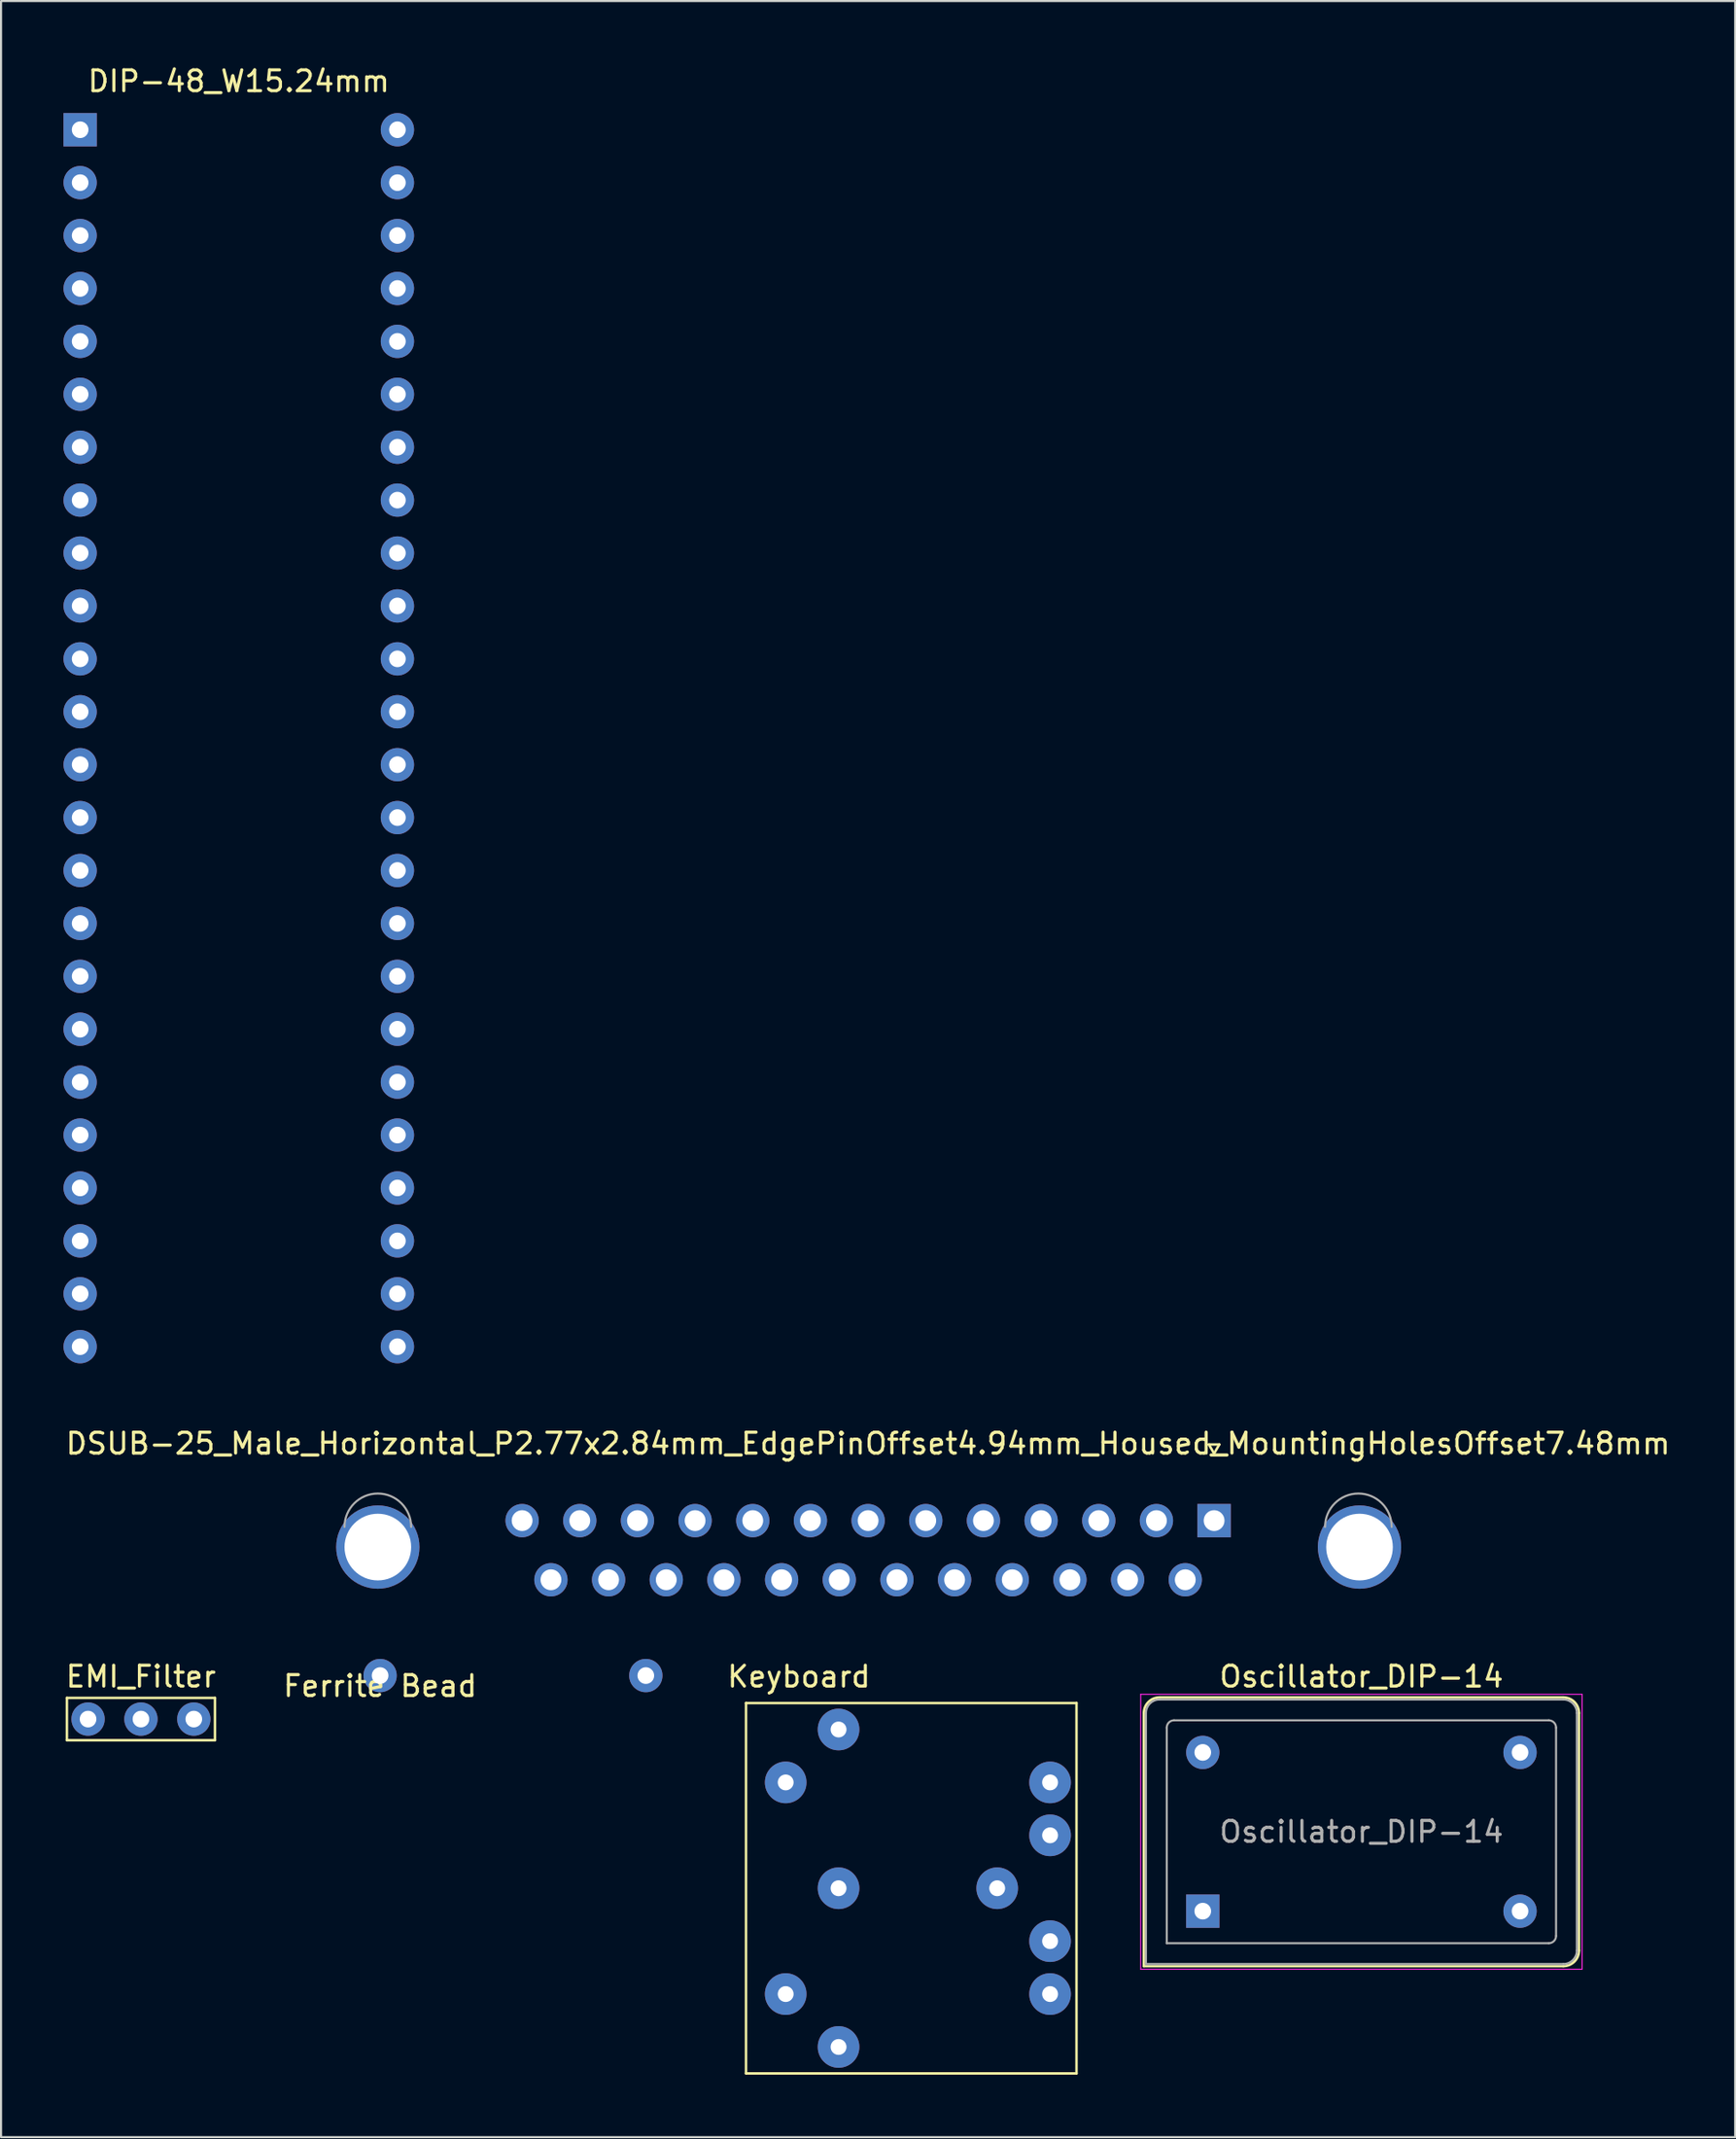
<source format=kicad_pcb>
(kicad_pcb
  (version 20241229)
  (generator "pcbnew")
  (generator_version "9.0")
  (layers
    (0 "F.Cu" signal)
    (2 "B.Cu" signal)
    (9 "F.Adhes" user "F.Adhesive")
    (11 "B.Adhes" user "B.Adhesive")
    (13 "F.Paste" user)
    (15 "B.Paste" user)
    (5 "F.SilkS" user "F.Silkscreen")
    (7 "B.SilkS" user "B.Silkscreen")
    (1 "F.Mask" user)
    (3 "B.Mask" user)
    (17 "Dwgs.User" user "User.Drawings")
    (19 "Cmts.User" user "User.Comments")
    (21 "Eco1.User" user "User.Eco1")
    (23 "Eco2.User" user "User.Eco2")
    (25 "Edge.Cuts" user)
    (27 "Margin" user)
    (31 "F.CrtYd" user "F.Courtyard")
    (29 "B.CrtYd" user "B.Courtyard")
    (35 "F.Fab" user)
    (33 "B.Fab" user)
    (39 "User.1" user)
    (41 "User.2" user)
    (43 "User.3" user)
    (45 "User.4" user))
  (footprint "EMI_Filter"
    (layer "F.Cu")
    (at 3.72 76.935)
    (property "Reference" "EMI_Filter" (at 0 0.5 0) (layer "F.SilkS") (effects (font (size 1 1) (thickness 0.15))))
    (attr through_hole)
    (fp_line (start -3.556 1.524) (end 3.556 1.524) (stroke (width 0.12) (type solid)) (layer "F.SilkS"))
    (fp_line (start -3.556 3.556) (end -3.556 1.524) (stroke (width 0.12) (type solid)) (layer "F.SilkS"))
    (fp_line (start 3.556 1.524) (end 3.556 3.556) (stroke (width 0.12) (type solid)) (layer "F.SilkS"))
    (fp_line (start 3.556 3.556) (end -3.556 3.556) (stroke (width 0.12) (type solid)) (layer "F.SilkS"))
    (pad "1" thru_hole circle (at -2.54 2.54) (size 1.6 1.6) (drill 0.8) (layers "*.Cu" "*.Mask"))
    (pad "2" thru_hole circle (at 2.54 2.54) (size 1.6 1.6) (drill 0.8) (layers "*.Cu" "*.Mask"))
    (pad "3" thru_hole circle (at 0 2.54) (size 1.6 1.6) (drill 0.8) (layers "*.Cu" "*.Mask")))
  (footprint "Ferrite Bead"
    (layer "F.Cu")
    (at 15.208 77.386)
    (property "Reference" "Ferrite Bead" (at 0 0.5 0) (layer "F.SilkS") (effects (font (size 1 1) (thickness 0.15))))
    (attr through_hole)
    (pad "1" thru_hole circle (at 0 0) (size 1.6 1.6) (drill 0.8) (layers "*.Cu" "*.Mask"))
    (pad "2" thru_hole circle (at 12.764 0) (size 1.6 1.6) (drill 0.8) (layers "*.Cu" "*.Mask")))
  (footprint "Keyboard"
    (layer "F.Cu")
    (at 41.04 85.055)
    (property "Reference" "Keyboard" (at -5.715 -7.62 0) (layer "F.SilkS") (effects (font (size 1 1) (thickness 0.15))))
    (attr through_hole)
    (fp_line (start -8.255 -6.35) (end -8.255 11.43) (stroke (width 0.12) (type solid)) (layer "F.SilkS"))
    (fp_line (start -8.255 11.43) (end 7.62 11.43) (stroke (width 0.12) (type solid)) (layer "F.SilkS"))
    (fp_line (start 7.62 -6.35) (end -8.255 -6.35) (stroke (width 0.12) (type solid)) (layer "F.SilkS"))
    (fp_line (start 7.62 11.43) (end 7.62 -6.35) (stroke (width 0.12) (type solid)) (layer "F.SilkS"))
    (pad "0" thru_hole circle (at 3.81 2.54) (size 2 2) (drill 0.762) (layers "*.Cu" "*.Mask"))
    (pad "0" thru_hole circle (at 6.35 -2.54) (size 2 2) (drill 0.762) (layers "*.Cu" "*.Mask"))
    (pad "0" thru_hole circle (at 6.35 0) (size 2 2) (drill 0.762) (layers "*.Cu" "*.Mask"))
    (pad "0" thru_hole circle (at 6.35 5.08) (size 2 2) (drill 0.762) (layers "*.Cu" "*.Mask"))
    (pad "0" thru_hole circle (at 6.35 7.62) (size 2 2) (drill 0.762) (layers "*.Cu" "*.Mask"))
    (pad "1" thru_hole circle (at -3.81 10.16) (size 2 2) (drill 0.762) (layers "*.Cu" "*.Mask"))
    (pad "2" thru_hole circle (at -3.81 2.54) (size 2 2) (drill 0.762) (layers "*.Cu" "*.Mask"))
    (pad "3" thru_hole circle (at -3.81 -5.08) (size 2 2) (drill 0.762) (layers "*.Cu" "*.Mask"))
    (pad "4" thru_hole circle (at -6.35 7.62) (size 2 2) (drill 0.762) (layers "*.Cu" "*.Mask"))
    (pad "5" thru_hole circle (at -6.35 -2.54) (size 2 2) (drill 0.762) (layers "*.Cu" "*.Mask")))
  (footprint "DSUB-25_Male_Horizontal_P2.77x2.84mm_EdgePinOffset4.94mm_Housed_MountingHolesOffset7.48mm"
    (layer "F.Cu")
    (at 55.269 69.947)
    (property "Reference" "DSUB-25_Male_Horizontal_P2.77x2.84mm_EdgePinOffset4.94mm_Housed_MountingHolesOffset7.48mm" (at -16.62 -3.7 0) (layer "F.SilkS") (effects (font (size 1 1) (thickness 0.15))))
    (attr through_hole)
    (fp_line (start -0.25 -3.654) (end 0 -3.221) (stroke (width 0.12) (type solid)) (layer "F.SilkS"))
    (fp_line (start 0 -3.221) (end 0.25 -3.654) (stroke (width 0.12) (type solid)) (layer "F.SilkS"))
    (fp_line (start 0.25 -3.654) (end -0.25 -3.654) (stroke (width 0.12) (type solid)) (layer "F.SilkS"))
    (fp_arc (start -41.77 0.3) (mid -40.17 -1.3) (end -38.57 0.3) (stroke (width 0.1) (type solid)) (layer "F.Fab"))
    (fp_arc (start 5.33 0.3) (mid 6.93 -1.3) (end 8.53 0.3) (stroke (width 0.1) (type solid)) (layer "F.Fab"))
    (pad "0" thru_hole circle (at -40.17 1.27) (size 4 4) (drill 3.2) (layers "*.Cu" "*.Mask"))
    (pad "0" thru_hole circle (at 6.985 1.27) (size 4 4) (drill 3.2) (layers "*.Cu" "*.Mask"))
    (pad "1" thru_hole rect (at 0 0) (size 1.6 1.6) (drill 1) (layers "*.Cu" "*.Mask"))
    (pad "2" thru_hole circle (at -2.77 0) (size 1.6 1.6) (drill 1) (layers "*.Cu" "*.Mask"))
    (pad "3" thru_hole circle (at -5.54 0) (size 1.6 1.6) (drill 1) (layers "*.Cu" "*.Mask"))
    (pad "4" thru_hole circle (at -8.31 0) (size 1.6 1.6) (drill 1) (layers "*.Cu" "*.Mask"))
    (pad "5" thru_hole circle (at -11.08 0) (size 1.6 1.6) (drill 1) (layers "*.Cu" "*.Mask"))
    (pad "6" thru_hole circle (at -13.85 0) (size 1.6 1.6) (drill 1) (layers "*.Cu" "*.Mask"))
    (pad "7" thru_hole circle (at -16.62 0) (size 1.6 1.6) (drill 1) (layers "*.Cu" "*.Mask"))
    (pad "8" thru_hole circle (at -19.39 0) (size 1.6 1.6) (drill 1) (layers "*.Cu" "*.Mask"))
    (pad "9" thru_hole circle (at -22.16 0) (size 1.6 1.6) (drill 1) (layers "*.Cu" "*.Mask"))
    (pad "10" thru_hole circle (at -24.93 0) (size 1.6 1.6) (drill 1) (layers "*.Cu" "*.Mask"))
    (pad "11" thru_hole circle (at -27.7 0) (size 1.6 1.6) (drill 1) (layers "*.Cu" "*.Mask"))
    (pad "12" thru_hole circle (at -30.47 0) (size 1.6 1.6) (drill 1) (layers "*.Cu" "*.Mask"))
    (pad "13" thru_hole circle (at -33.24 0) (size 1.6 1.6) (drill 1) (layers "*.Cu" "*.Mask"))
    (pad "14" thru_hole circle (at -1.385 2.84) (size 1.6 1.6) (drill 1) (layers "*.Cu" "*.Mask"))
    (pad "15" thru_hole circle (at -4.155 2.84) (size 1.6 1.6) (drill 1) (layers "*.Cu" "*.Mask"))
    (pad "16" thru_hole circle (at -6.925 2.84) (size 1.6 1.6) (drill 1) (layers "*.Cu" "*.Mask"))
    (pad "17" thru_hole circle (at -9.695 2.84) (size 1.6 1.6) (drill 1) (layers "*.Cu" "*.Mask"))
    (pad "18" thru_hole circle (at -12.465 2.84) (size 1.6 1.6) (drill 1) (layers "*.Cu" "*.Mask"))
    (pad "19" thru_hole circle (at -15.235 2.84) (size 1.6 1.6) (drill 1) (layers "*.Cu" "*.Mask"))
    (pad "20" thru_hole circle (at -18.005 2.84) (size 1.6 1.6) (drill 1) (layers "*.Cu" "*.Mask"))
    (pad "21" thru_hole circle (at -20.775 2.84) (size 1.6 1.6) (drill 1) (layers "*.Cu" "*.Mask"))
    (pad "22" thru_hole circle (at -23.545 2.84) (size 1.6 1.6) (drill 1) (layers "*.Cu" "*.Mask"))
    (pad "23" thru_hole circle (at -26.315 2.84) (size 1.6 1.6) (drill 1) (layers "*.Cu" "*.Mask"))
    (pad "24" thru_hole circle (at -29.085 2.84) (size 1.6 1.6) (drill 1) (layers "*.Cu" "*.Mask"))
    (pad "25" thru_hole circle (at -31.855 2.84) (size 1.6 1.6) (drill 1) (layers "*.Cu" "*.Mask")))
  (footprint "Oscillator_DIP-14"
    (layer "F.Cu")
    (at 54.725 88.695)
    (property "Reference" "Oscillator_DIP-14" (at 7.62 -11.26 0) (layer "F.SilkS") (effects (font (size 1 1) (thickness 0.15))))
    (attr through_hole)
    (fp_line (start -2.83 -9.51) (end -2.83 2.64) (stroke (width 0.12) (type solid)) (layer "F.SilkS"))
    (fp_line (start -2.83 2.64) (end 17.32 2.64) (stroke (width 0.12) (type solid)) (layer "F.SilkS"))
    (fp_line (start 17.32 -10.26) (end -2.08 -10.26) (stroke (width 0.12) (type solid)) (layer "F.SilkS"))
    (fp_line (start 18.07 1.89) (end 18.07 -9.51) (stroke (width 0.12) (type solid)) (layer "F.SilkS"))
    (fp_arc (start -2.83 -9.51) (mid -2.61033 -10.04033) (end -2.08 -10.26) (stroke (width 0.12) (type solid)) (layer "F.SilkS"))
    (fp_arc (start 17.32 -10.26) (mid 17.85033 -10.04033) (end 18.07 -9.51) (stroke (width 0.12) (type solid)) (layer "F.SilkS"))
    (fp_arc (start 18.07 1.89) (mid 17.85033 2.42033) (end 17.32 2.64) (stroke (width 0.12) (type solid)) (layer "F.SilkS"))
    (fp_line (start -2.98 -10.41) (end -2.98 2.79) (stroke (width 0.05) (type solid)) (layer "F.CrtYd"))
    (fp_line (start -2.98 2.79) (end 18.22 2.79) (stroke (width 0.05) (type solid)) (layer "F.CrtYd"))
    (fp_line (start 18.22 -10.41) (end -2.98 -10.41) (stroke (width 0.05) (type solid)) (layer "F.CrtYd"))
    (fp_line (start 18.22 2.79) (end 18.22 -10.41) (stroke (width 0.05) (type solid)) (layer "F.CrtYd"))
    (fp_line (start -2.73 2.54) (end -2.73 -9.51) (stroke (width 0.1) (type solid)) (layer "F.Fab"))
    (fp_line (start -2.73 2.54) (end 17.32 2.54) (stroke (width 0.1) (type solid)) (layer "F.Fab"))
    (fp_line (start -2.08 -10.16) (end 17.32 -10.16) (stroke (width 0.1) (type solid)) (layer "F.Fab"))
    (fp_line (start -1.73 1.54) (end -1.73 -8.81) (stroke (width 0.1) (type solid)) (layer "F.Fab"))
    (fp_line (start -1.73 1.54) (end 16.62 1.54) (stroke (width 0.1) (type solid)) (layer "F.Fab"))
    (fp_line (start -1.38 -9.16) (end 16.62 -9.16) (stroke (width 0.1) (type solid)) (layer "F.Fab"))
    (fp_line (start 16.97 1.19) (end 16.97 -8.81) (stroke (width 0.1) (type solid)) (layer "F.Fab"))
    (fp_line (start 17.97 -9.51) (end 17.97 1.89) (stroke (width 0.1) (type solid)) (layer "F.Fab"))
    (fp_arc (start -2.73 -9.51) (mid -2.539619 -9.969619) (end -2.08 -10.16) (stroke (width 0.1) (type solid)) (layer "F.Fab"))
    (fp_arc (start -1.73 -8.81) (mid -1.627487 -9.057487) (end -1.38 -9.16) (stroke (width 0.1) (type solid)) (layer "F.Fab"))
    (fp_arc (start 16.62 -9.16) (mid 16.867487 -9.057487) (end 16.97 -8.81) (stroke (width 0.1) (type solid)) (layer "F.Fab"))
    (fp_arc (start 16.97 1.19) (mid 16.867487 1.437487) (end 16.62 1.54) (stroke (width 0.1) (type solid)) (layer "F.Fab"))
    (fp_arc (start 17.32 -10.16) (mid 17.779619 -9.969619) (end 17.97 -9.51) (stroke (width 0.1) (type solid)) (layer "F.Fab"))
    (fp_arc (start 17.97 1.89) (mid 17.779619 2.349619) (end 17.32 2.54) (stroke (width 0.1) (type solid)) (layer "F.Fab"))
    (fp_text user "${REFERENCE}" (at 7.62 -3.81 0) (layer "F.Fab") (effects (font (size 1 1) (thickness 0.15))))
    (pad "1" thru_hole rect (at 0 0) (size 1.6 1.6) (drill 0.8) (layers "*.Cu" "*.Mask"))
    (pad "2" thru_hole circle (at 15.24 0) (size 1.6 1.6) (drill 0.8) (layers "*.Cu" "*.Mask"))
    (pad "3" thru_hole circle (at 15.24 -7.62) (size 1.6 1.6) (drill 0.8) (layers "*.Cu" "*.Mask"))
    (pad "4" thru_hole circle (at 0 -7.62) (size 1.6 1.6) (drill 0.8) (layers "*.Cu" "*.Mask")))
  (footprint "DIP-48_W15.24mm"
    (layer "F.Cu")
    (at 0.8 3.178)
    (property "Reference" "DIP-48_W15.24mm" (at 7.62 -2.33 0) (layer "F.SilkS") (effects (font (size 1 1) (thickness 0.15))))
    (attr through_hole)
    (pad "1" thru_hole rect (at 0 0) (size 1.6 1.6) (drill 0.8) (layers "*.Cu" "*.Mask"))
    (pad "2" thru_hole oval (at 0 2.54) (size 1.6 1.6) (drill 0.8) (layers "*.Cu" "*.Mask"))
    (pad "3" thru_hole oval (at 0 5.08) (size 1.6 1.6) (drill 0.8) (layers "*.Cu" "*.Mask"))
    (pad "4" thru_hole oval (at 0 7.62) (size 1.6 1.6) (drill 0.8) (layers "*.Cu" "*.Mask"))
    (pad "5" thru_hole oval (at 0 10.16) (size 1.6 1.6) (drill 0.8) (layers "*.Cu" "*.Mask"))
    (pad "6" thru_hole oval (at 0 12.7) (size 1.6 1.6) (drill 0.8) (layers "*.Cu" "*.Mask"))
    (pad "7" thru_hole oval (at 0 15.24) (size 1.6 1.6) (drill 0.8) (layers "*.Cu" "*.Mask"))
    (pad "8" thru_hole oval (at 0 17.78) (size 1.6 1.6) (drill 0.8) (layers "*.Cu" "*.Mask"))
    (pad "9" thru_hole oval (at 0 20.32) (size 1.6 1.6) (drill 0.8) (layers "*.Cu" "*.Mask"))
    (pad "10" thru_hole oval (at 0 22.86) (size 1.6 1.6) (drill 0.8) (layers "*.Cu" "*.Mask"))
    (pad "11" thru_hole oval (at 0 25.4) (size 1.6 1.6) (drill 0.8) (layers "*.Cu" "*.Mask"))
    (pad "12" thru_hole oval (at 0 27.94) (size 1.6 1.6) (drill 0.8) (layers "*.Cu" "*.Mask"))
    (pad "13" thru_hole oval (at 0 30.48) (size 1.6 1.6) (drill 0.8) (layers "*.Cu" "*.Mask"))
    (pad "14" thru_hole oval (at 0 33.02) (size 1.6 1.6) (drill 0.8) (layers "*.Cu" "*.Mask"))
    (pad "15" thru_hole oval (at 0 35.56) (size 1.6 1.6) (drill 0.8) (layers "*.Cu" "*.Mask"))
    (pad "16" thru_hole oval (at 0 38.1) (size 1.6 1.6) (drill 0.8) (layers "*.Cu" "*.Mask"))
    (pad "17" thru_hole oval (at 0 40.64) (size 1.6 1.6) (drill 0.8) (layers "*.Cu" "*.Mask"))
    (pad "18" thru_hole oval (at 0 43.18) (size 1.6 1.6) (drill 0.8) (layers "*.Cu" "*.Mask"))
    (pad "19" thru_hole oval (at 0 45.72) (size 1.6 1.6) (drill 0.8) (layers "*.Cu" "*.Mask"))
    (pad "20" thru_hole oval (at 0 48.26) (size 1.6 1.6) (drill 0.8) (layers "*.Cu" "*.Mask"))
    (pad "21" thru_hole oval (at 0 50.8) (size 1.6 1.6) (drill 0.8) (layers "*.Cu" "*.Mask"))
    (pad "22" thru_hole oval (at 0 53.34) (size 1.6 1.6) (drill 0.8) (layers "*.Cu" "*.Mask"))
    (pad "23" thru_hole oval (at 0 55.88) (size 1.6 1.6) (drill 0.8) (layers "*.Cu" "*.Mask"))
    (pad "24" thru_hole oval (at 0 58.42) (size 1.6 1.6) (drill 0.8) (layers "*.Cu" "*.Mask"))
    (pad "25" thru_hole oval (at 15.24 58.42) (size 1.6 1.6) (drill 0.8) (layers "*.Cu" "*.Mask"))
    (pad "26" thru_hole oval (at 15.24 55.88) (size 1.6 1.6) (drill 0.8) (layers "*.Cu" "*.Mask"))
    (pad "27" thru_hole oval (at 15.24 53.34) (size 1.6 1.6) (drill 0.8) (layers "*.Cu" "*.Mask"))
    (pad "28" thru_hole oval (at 15.24 50.8) (size 1.6 1.6) (drill 0.8) (layers "*.Cu" "*.Mask"))
    (pad "29" thru_hole oval (at 15.24 48.26) (size 1.6 1.6) (drill 0.8) (layers "*.Cu" "*.Mask"))
    (pad "30" thru_hole oval (at 15.24 45.72) (size 1.6 1.6) (drill 0.8) (layers "*.Cu" "*.Mask"))
    (pad "31" thru_hole oval (at 15.24 43.18) (size 1.6 1.6) (drill 0.8) (layers "*.Cu" "*.Mask"))
    (pad "32" thru_hole oval (at 15.24 40.64) (size 1.6 1.6) (drill 0.8) (layers "*.Cu" "*.Mask"))
    (pad "33" thru_hole oval (at 15.24 38.1) (size 1.6 1.6) (drill 0.8) (layers "*.Cu" "*.Mask"))
    (pad "34" thru_hole oval (at 15.24 35.56) (size 1.6 1.6) (drill 0.8) (layers "*.Cu" "*.Mask"))
    (pad "35" thru_hole oval (at 15.24 33.02) (size 1.6 1.6) (drill 0.8) (layers "*.Cu" "*.Mask"))
    (pad "36" thru_hole oval (at 15.24 30.48) (size 1.6 1.6) (drill 0.8) (layers "*.Cu" "*.Mask"))
    (pad "37" thru_hole oval (at 15.24 27.94) (size 1.6 1.6) (drill 0.8) (layers "*.Cu" "*.Mask"))
    (pad "38" thru_hole oval (at 15.24 25.4) (size 1.6 1.6) (drill 0.8) (layers "*.Cu" "*.Mask"))
    (pad "39" thru_hole oval (at 15.24 22.86) (size 1.6 1.6) (drill 0.8) (layers "*.Cu" "*.Mask"))
    (pad "40" thru_hole oval (at 15.24 20.32) (size 1.6 1.6) (drill 0.8) (layers "*.Cu" "*.Mask"))
    (pad "41" thru_hole oval (at 15.24 17.78) (size 1.6 1.6) (drill 0.8) (layers "*.Cu" "*.Mask"))
    (pad "42" thru_hole oval (at 15.24 15.24) (size 1.6 1.6) (drill 0.8) (layers "*.Cu" "*.Mask"))
    (pad "43" thru_hole oval (at 15.24 12.7) (size 1.6 1.6) (drill 0.8) (layers "*.Cu" "*.Mask"))
    (pad "44" thru_hole oval (at 15.24 10.16) (size 1.6 1.6) (drill 0.8) (layers "*.Cu" "*.Mask"))
    (pad "45" thru_hole oval (at 15.24 7.62) (size 1.6 1.6) (drill 0.8) (layers "*.Cu" "*.Mask"))
    (pad "46" thru_hole oval (at 15.24 5.08) (size 1.6 1.6) (drill 0.8) (layers "*.Cu" "*.Mask"))
    (pad "47" thru_hole oval (at 15.24 2.54) (size 1.6 1.6) (drill 0.8) (layers "*.Cu" "*.Mask"))
    (pad "48" thru_hole oval (at 15.24 0) (size 1.6 1.6) (drill 0.8) (layers "*.Cu" "*.Mask")))
  (gr_rect
    (start -3 -3)
    (end 80.298 99.545)
    (stroke (width 0.1) (type default))
    (fill no)
    (layer "Edge.Cuts")))
</source>
